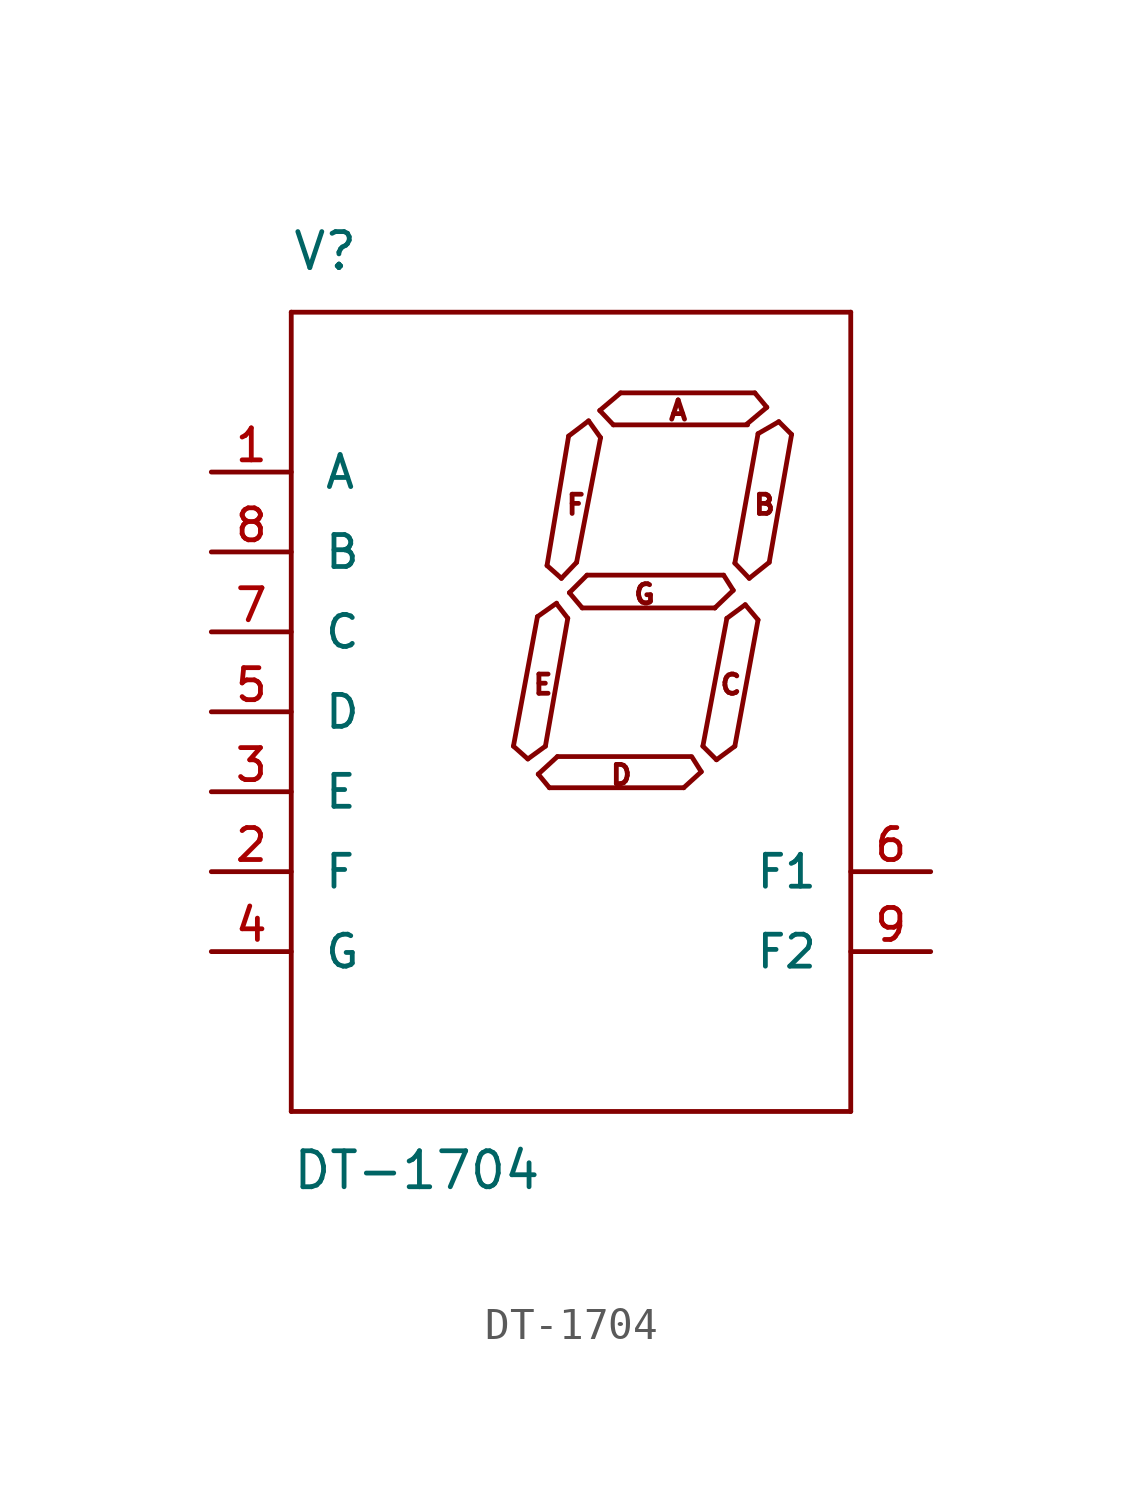
<source format=kicad_sym>
(kicad_symbol_lib
  (version 20241209)
  (generator "kicad_symbol_editor")
  (generator_version "9.0")
  (symbol "DT-1704"
    (pin_names
      (offset 1.016))
    (property "Reference" "V"
      (at -10.16 16.51 0)
      (effects (font (size 1.143 1.143)) (justify left bottom)))
    (property "Value" "DT-1704"
      (at -10.16 -12.7 0)
      (effects (font (size 1.143 1.143)) (justify left bottom)))
    (property "ki_locked" ""
      (at 0 0 0)
      (effects (font (size 1.27 1.27))))
    (symbol "DT-1704_1_0"
      (polyline (pts (xy -10.16 15.24) (xy 7.62 15.24)) (stroke (width 0) (type solid)) (fill (type none)))
      (polyline (pts (xy -10.16 -10.16) (xy -10.16 15.24)) (stroke (width 0) (type solid)) (fill (type none)))
      (polyline (pts (xy -3.099 1.448) (xy -2.337 5.563)) (stroke (width 0) (type solid)) (fill (type none)))
      (polyline (pts (xy -2.642 1.041) (xy -3.099 1.448)) (stroke (width 0) (type solid)) (fill (type none)))
      (polyline (pts (xy -2.337 5.563) (xy -1.727 5.994)) (stroke (width 0) (type solid)) (fill (type none)))
      (polyline (pts (xy -2.311 0.559) (xy -1.702 1.118)) (stroke (width 0) (type solid)) (fill (type none)))
      (polyline (pts (xy -2.083 1.448) (xy -2.642 1.041)) (stroke (width 0) (type solid)) (fill (type none)))
      (polyline (pts (xy -2.032 7.188) (xy -1.346 11.303)) (stroke (width 0) (type solid)) (fill (type none)))
      (polyline (pts (xy -1.956 0.127) (xy -2.311 0.559)) (stroke (width 0) (type solid)) (fill (type none)))
      (polyline (pts (xy -1.727 5.969) (xy -1.372 5.512)) (stroke (width 0) (type solid)) (fill (type none)))
      (polyline (pts (xy -1.702 1.118) (xy 2.515 1.118)) (stroke (width 0) (type solid)) (fill (type none)))
      (polyline (pts (xy -1.575 6.782) (xy -2.032 7.188)) (stroke (width 0) (type solid)) (fill (type none)))
      (polyline (pts (xy -1.372 5.512) (xy -2.083 1.448)) (stroke (width 0) (type solid)) (fill (type none)))
      (polyline (pts (xy -1.346 11.303) (xy -0.711 11.786)) (stroke (width 0) (type solid)) (fill (type none)))
      (polyline (pts (xy -1.321 6.325) (xy -0.762 6.883)) (stroke (width 0) (type solid)) (fill (type none)))
      (polyline (pts (xy -1.092 7.29) (xy -1.575 6.782)) (stroke (width 0) (type solid)) (fill (type none)))
      (polyline (pts (xy -0.914 5.842) (xy -1.321 6.325)) (stroke (width 0) (type solid)) (fill (type none)))
      (polyline (pts (xy -0.762 6.883) (xy 3.581 6.883)) (stroke (width 0) (type solid)) (fill (type none)))
      (polyline (pts (xy -0.711 11.786) (xy -0.33 11.252)) (stroke (width 0) (type solid)) (fill (type none)))
      (polyline (pts (xy -0.356 12.116) (xy 0.305 12.675)) (stroke (width 0) (type solid)) (fill (type none)))
      (polyline (pts (xy -0.33 11.252) (xy -1.092 7.29)) (stroke (width 0) (type solid)) (fill (type none)))
      (polyline (pts (xy 0.076 11.659) (xy -0.356 12.116)) (stroke (width 0) (type solid)) (fill (type none)))
      (polyline (pts (xy 0.305 12.675) (xy 4.572 12.675)) (stroke (width 0) (type solid)) (fill (type none)))
      (polyline (pts (xy 2.311 0.127) (xy -1.956 0.127)) (stroke (width 0) (type solid)) (fill (type none)))
      (polyline (pts (xy 2.565 1.118) (xy 2.87 0.635)) (stroke (width 0) (type solid)) (fill (type none)))
      (polyline (pts (xy 2.87 0.635) (xy 2.311 0.127)) (stroke (width 0) (type solid)) (fill (type none)))
      (polyline (pts (xy 2.921 1.448) (xy 3.683 5.512)) (stroke (width 0) (type solid)) (fill (type none)))
      (polyline (pts (xy 3.302 5.842) (xy -0.914 5.842)) (stroke (width 0) (type solid)) (fill (type none)))
      (polyline (pts (xy 3.302 5.842) (xy 3.302 5.842)) (stroke (width 0) (type solid)) (fill (type none)))
      (polyline (pts (xy 3.353 1.016) (xy 2.921 1.448)) (stroke (width 0) (type solid)) (fill (type none)))
      (polyline (pts (xy 3.581 6.883) (xy 3.886 6.401)) (stroke (width 0) (type solid)) (fill (type none)))
      (polyline (pts (xy 3.683 5.512) (xy 4.267 5.944)) (stroke (width 0) (type solid)) (fill (type none)))
      (polyline (pts (xy 3.886 6.401) (xy 3.302 5.842)) (stroke (width 0) (type solid)) (fill (type none)))
      (polyline (pts (xy 3.937 7.264) (xy 4.674 11.379)) (stroke (width 0) (type solid)) (fill (type none)))
      (polyline (pts (xy 3.937 1.448) (xy 3.353 1.016)) (stroke (width 0) (type solid)) (fill (type none)))
      (polyline (pts (xy 4.267 5.944) (xy 4.674 5.461)) (stroke (width 0) (type solid)) (fill (type none)))
      (polyline (pts (xy 4.343 11.659) (xy 0.076 11.659)) (stroke (width 0) (type solid)) (fill (type none)))
      (polyline (pts (xy 4.394 6.782) (xy 3.937 7.264)) (stroke (width 0) (type solid)) (fill (type none)))
      (polyline (pts (xy 4.572 12.675) (xy 4.953 12.217)) (stroke (width 0) (type solid)) (fill (type none)))
      (polyline (pts (xy 4.674 11.379) (xy 5.334 11.76)) (stroke (width 0) (type solid)) (fill (type none)))
      (polyline (pts (xy 4.674 5.461) (xy 3.937 1.448)) (stroke (width 0) (type solid)) (fill (type none)))
      (polyline (pts (xy 4.953 12.217) (xy 4.318 11.684)) (stroke (width 0) (type solid)) (fill (type none)))
      (polyline (pts (xy 5.029 7.29) (xy 4.394 6.782)) (stroke (width 0) (type solid)) (fill (type none)))
      (polyline (pts (xy 5.334 11.76) (xy 5.74 11.354)) (stroke (width 0) (type solid)) (fill (type none)))
      (polyline (pts (xy 5.74 11.354) (xy 5.029 7.29)) (stroke (width 0) (type solid)) (fill (type none)))
      (polyline (pts (xy 7.62 15.24) (xy 7.62 -10.16)) (stroke (width 0) (type solid)) (fill (type none)))
      (polyline (pts (xy 7.62 -10.16) (xy -10.16 -10.16)) (stroke (width 0) (type solid)) (fill (type none)))
      (text "E" (at -2.159 3.404 0) (effects (font (size 0.61 0.61))))
      (text "F" (at -1.118 9.119 0) (effects (font (size 0.61 0.61))))
      (text "D" (at 0.33 0.533 0) (effects (font (size 0.61 0.61))))
      (text "G" (at 1.067 6.274 0) (effects (font (size 0.61 0.61))))
      (text "A" (at 2.134 12.116 0) (effects (font (size 0.61 0.61))))
      (text "C" (at 3.81 3.404 0) (effects (font (size 0.61 0.61))))
      (text "B" (at 4.877 9.119 0) (effects (font (size 0.61 0.61)))))
    (symbol "DT-1704_1_1"
      (pin passive line (at -12.7 10.16 0) (length 2.54) (name "A" (effects (font (size 1.016 1.016)))) (number "1" (effects (font (size 1.016 1.016)))))
      (pin passive line (at -12.7 7.62 0) (length 2.54) (name "B" (effects (font (size 1.016 1.016)))) (number "8" (effects (font (size 1.016 1.016)))))
      (pin passive line (at -12.7 5.08 0) (length 2.54) (name "C" (effects (font (size 1.016 1.016)))) (number "7" (effects (font (size 1.016 1.016)))))
      (pin passive line (at -12.7 2.54 0) (length 2.54) (name "D" (effects (font (size 1.016 1.016)))) (number "5" (effects (font (size 1.016 1.016)))))
      (pin passive line (at -12.7 0 0) (length 2.54) (name "E" (effects (font (size 1.016 1.016)))) (number "3" (effects (font (size 1.016 1.016)))))
      (pin passive line (at -12.7 -2.54 0) (length 2.54) (name "F" (effects (font (size 1.016 1.016)))) (number "2" (effects (font (size 1.016 1.016)))))
      (pin passive line (at -12.7 -5.08 0) (length 2.54) (name "G" (effects (font (size 1.016 1.016)))) (number "4" (effects (font (size 1.016 1.016)))))
      (pin passive line (at 10.16 -2.54 180) (length 2.54) (name "F1" (effects (font (size 1.016 1.016)))) (number "6" (effects (font (size 1.016 1.016)))))
      (pin passive line (at 10.16 -5.08 180) (length 2.54) (name "F2" (effects (font (size 1.016 1.016)))) (number "9" (effects (font (size 1.016 1.016))))))))
</source>
